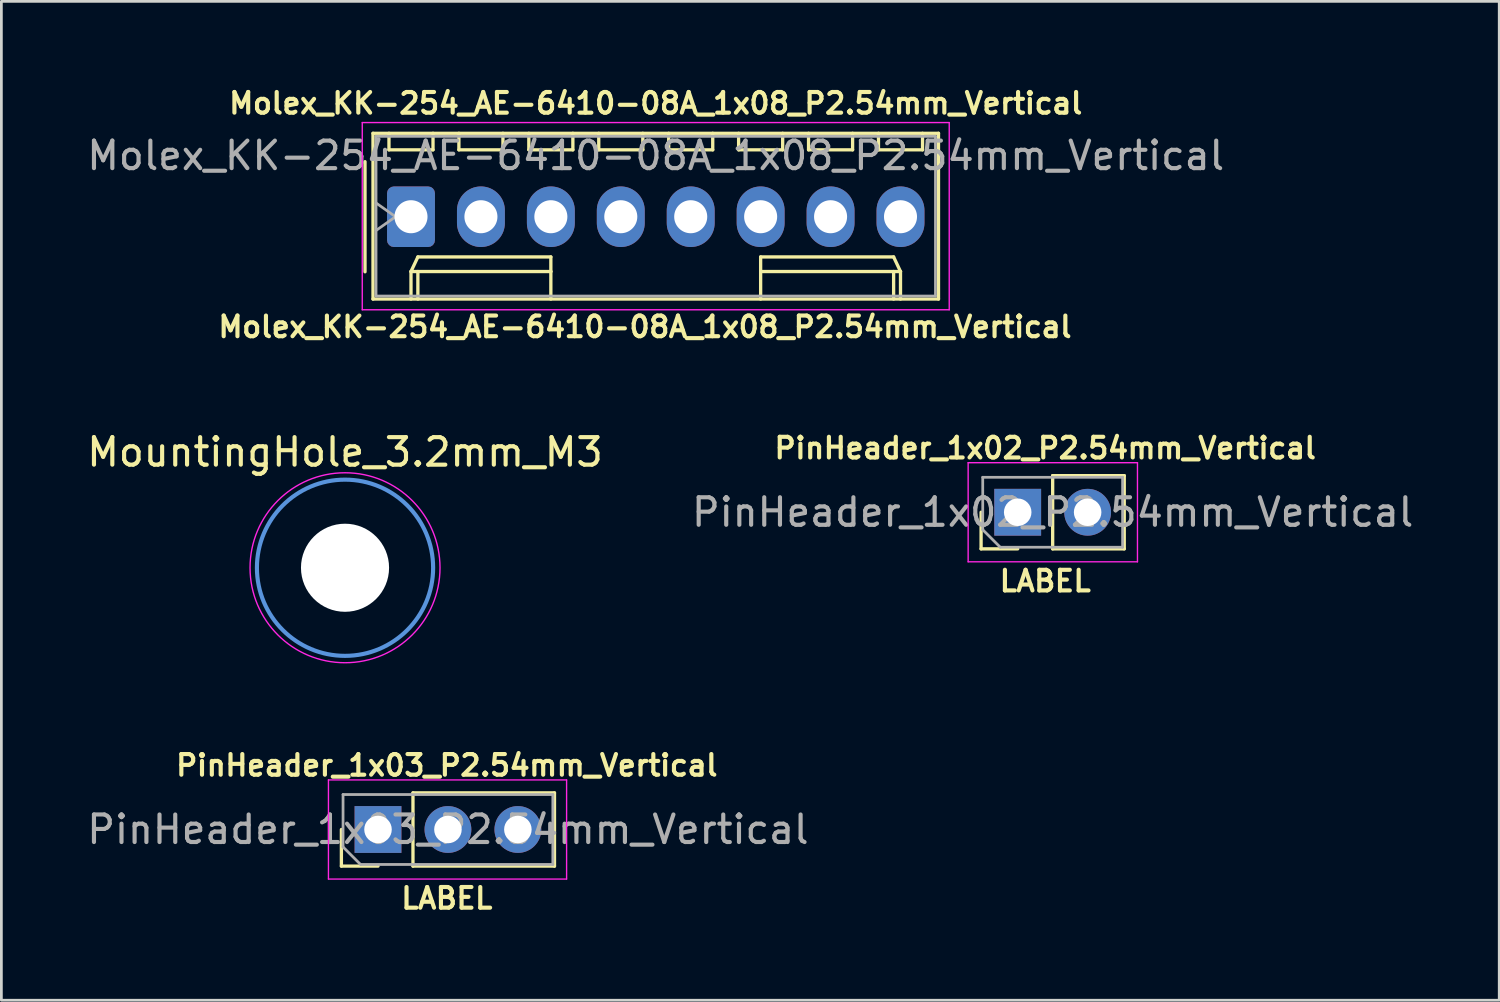
<source format=kicad_pcb>
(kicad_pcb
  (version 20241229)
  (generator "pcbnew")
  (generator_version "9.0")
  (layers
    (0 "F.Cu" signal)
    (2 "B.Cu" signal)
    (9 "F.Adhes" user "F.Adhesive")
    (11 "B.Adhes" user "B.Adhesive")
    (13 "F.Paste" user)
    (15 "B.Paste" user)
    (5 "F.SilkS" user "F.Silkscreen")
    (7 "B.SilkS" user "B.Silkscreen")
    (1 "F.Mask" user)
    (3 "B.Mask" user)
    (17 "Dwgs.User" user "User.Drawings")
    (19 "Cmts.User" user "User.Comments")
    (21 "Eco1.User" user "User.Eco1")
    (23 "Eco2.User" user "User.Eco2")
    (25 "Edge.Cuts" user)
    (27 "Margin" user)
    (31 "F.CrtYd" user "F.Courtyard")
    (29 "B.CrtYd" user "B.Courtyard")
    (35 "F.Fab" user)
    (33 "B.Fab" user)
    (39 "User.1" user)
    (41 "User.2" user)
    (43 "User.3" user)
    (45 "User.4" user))
  (footprint "PinHeader_1x02_P2.54mm_Vertical"
    (layer "F.Cu")
    (at 34.915 15.556)
    (property "Reference" "PinHeader_1x02_P2.54mm_Vertical" (at 0 -2.33 0) (layer "F.SilkS") (effects (font (size 0.75 0.75) (thickness 0.15))))
    (attr through_hole)
    (fp_line (start -2.33 1.33) (end -2.33 0) (stroke (width 0.12) (type solid)) (layer "F.SilkS"))
    (fp_line (start -1 1.33) (end -2.33 1.33) (stroke (width 0.12) (type solid)) (layer "F.SilkS"))
    (fp_line (start 0.27 -1.33) (end 2.87 -1.33) (stroke (width 0.12) (type solid)) (layer "F.SilkS"))
    (fp_line (start 0.27 1.33) (end 0.27 -1.33) (stroke (width 0.12) (type solid)) (layer "F.SilkS"))
    (fp_line (start 0.27 1.33) (end 2.87 1.33) (stroke (width 0.12) (type solid)) (layer "F.SilkS"))
    (fp_line (start 2.87 1.33) (end 2.87 -1.33) (stroke (width 0.12) (type solid)) (layer "F.SilkS"))
    (fp_line (start -2.8 -1.8) (end -2.8 1.8) (stroke (width 0.05) (type solid)) (layer "F.CrtYd"))
    (fp_line (start -2.8 1.8) (end 3.35 1.8) (stroke (width 0.05) (type solid)) (layer "F.CrtYd"))
    (fp_line (start 3.35 -1.8) (end -2.8 -1.8) (stroke (width 0.05) (type solid)) (layer "F.CrtYd"))
    (fp_line (start 3.35 1.8) (end 3.35 -1.8) (stroke (width 0.05) (type solid)) (layer "F.CrtYd"))
    (fp_line (start -2.27 -1.27) (end 2.81 -1.27) (stroke (width 0.1) (type solid)) (layer "F.Fab"))
    (fp_line (start -2.27 0.635) (end -2.27 -1.27) (stroke (width 0.1) (type solid)) (layer "F.Fab"))
    (fp_line (start -1.635 1.27) (end -2.27 0.635) (stroke (width 0.1) (type solid)) (layer "F.Fab"))
    (fp_line (start 2.81 -1.27) (end 2.81 1.27) (stroke (width 0.1) (type solid)) (layer "F.Fab"))
    (fp_line (start 2.81 1.27) (end -1.635 1.27) (stroke (width 0.1) (type solid)) (layer "F.Fab"))
    (fp_text user "LABEL" (at 0 2.5 0) (layer "F.SilkS") (effects (font (size 0.75 0.75) (thickness 0.15))))
    (fp_text user "${REFERENCE}" (at 0.27 0 180) (layer "F.Fab") (effects (font (size 1 1) (thickness 0.15))))
    (pad "1" thru_hole rect (at -1 0 90) (size 1.7 1.7) (drill 1) (layers "*.Cu" "*.Mask"))
    (pad "2" thru_hole oval (at 1.54 0 90) (size 1.7 1.7) (drill 1) (layers "*.Cu" "*.Mask")))
  (footprint "Molex_KK-254_AE-6410-08A_1x08_P2.54mm_Vertical"
    (layer "F.Cu")
    (at 11.878 4.822)
    (property "Reference" "Molex_KK-254_AE-6410-08A_1x08_P2.54mm_Vertical" (at 8.89 -4.12 0) (layer "F.SilkS") (effects (font (size 0.75 0.75) (thickness 0.15))))
    (property "Value" "Molex_KK-254_AE-6410-08A_1x08_P2.54mm_Vertical" (at 8.89 4.08 0) (layer "F.Fab") (hide yes) (effects (font (size 1 1) (thickness 0.15))))
    (attr through_hole)
    (fp_line (start -1.67 -2) (end -1.67 2) (stroke (width 0.12) (type solid)) (layer "F.SilkS"))
    (fp_line (start -1.38 -3.03) (end -1.38 2.99) (stroke (width 0.12) (type solid)) (layer "F.SilkS"))
    (fp_line (start -1.38 2.99) (end 19.16 2.99) (stroke (width 0.12) (type solid)) (layer "F.SilkS"))
    (fp_line (start -0.8 -3.03) (end -0.8 -2.43) (stroke (width 0.12) (type solid)) (layer "F.SilkS"))
    (fp_line (start -0.8 -2.43) (end 0.8 -2.43) (stroke (width 0.12) (type solid)) (layer "F.SilkS"))
    (fp_line (start 0 1.99) (end 0.25 1.46) (stroke (width 0.12) (type solid)) (layer "F.SilkS"))
    (fp_line (start 0 1.99) (end 5.08 1.99) (stroke (width 0.12) (type solid)) (layer "F.SilkS"))
    (fp_line (start 0 2.99) (end 0 1.99) (stroke (width 0.12) (type solid)) (layer "F.SilkS"))
    (fp_line (start 0.25 1.46) (end 5.08 1.46) (stroke (width 0.12) (type solid)) (layer "F.SilkS"))
    (fp_line (start 0.25 2.99) (end 0.25 1.99) (stroke (width 0.12) (type solid)) (layer "F.SilkS"))
    (fp_line (start 0.8 -2.43) (end 0.8 -3.03) (stroke (width 0.12) (type solid)) (layer "F.SilkS"))
    (fp_line (start 1.74 -3.03) (end 1.74 -2.43) (stroke (width 0.12) (type solid)) (layer "F.SilkS"))
    (fp_line (start 1.74 -2.43) (end 3.34 -2.43) (stroke (width 0.12) (type solid)) (layer "F.SilkS"))
    (fp_line (start 3.34 -2.43) (end 3.34 -3.03) (stroke (width 0.12) (type solid)) (layer "F.SilkS"))
    (fp_line (start 4.28 -3.03) (end 4.28 -2.43) (stroke (width 0.12) (type solid)) (layer "F.SilkS"))
    (fp_line (start 4.28 -2.43) (end 5.88 -2.43) (stroke (width 0.12) (type solid)) (layer "F.SilkS"))
    (fp_line (start 5.08 1.46) (end 5.08 1.99) (stroke (width 0.12) (type solid)) (layer "F.SilkS"))
    (fp_line (start 5.08 1.99) (end 5.08 2.99) (stroke (width 0.12) (type solid)) (layer "F.SilkS"))
    (fp_line (start 5.88 -2.43) (end 5.88 -3.03) (stroke (width 0.12) (type solid)) (layer "F.SilkS"))
    (fp_line (start 6.82 -3.03) (end 6.82 -2.43) (stroke (width 0.12) (type solid)) (layer "F.SilkS"))
    (fp_line (start 6.82 -2.43) (end 8.42 -2.43) (stroke (width 0.12) (type solid)) (layer "F.SilkS"))
    (fp_line (start 8.42 -2.43) (end 8.42 -3.03) (stroke (width 0.12) (type solid)) (layer "F.SilkS"))
    (fp_line (start 9.36 -3.03) (end 9.36 -2.43) (stroke (width 0.12) (type solid)) (layer "F.SilkS"))
    (fp_line (start 9.36 -2.43) (end 10.96 -2.43) (stroke (width 0.12) (type solid)) (layer "F.SilkS"))
    (fp_line (start 10.96 -2.43) (end 10.96 -3.03) (stroke (width 0.12) (type solid)) (layer "F.SilkS"))
    (fp_line (start 11.9 -3.03) (end 11.9 -2.43) (stroke (width 0.12) (type solid)) (layer "F.SilkS"))
    (fp_line (start 11.9 -2.43) (end 13.5 -2.43) (stroke (width 0.12) (type solid)) (layer "F.SilkS"))
    (fp_line (start 12.7 1.46) (end 12.7 1.99) (stroke (width 0.12) (type solid)) (layer "F.SilkS"))
    (fp_line (start 12.7 1.99) (end 12.7 2.99) (stroke (width 0.12) (type solid)) (layer "F.SilkS"))
    (fp_line (start 13.5 -2.43) (end 13.5 -3.03) (stroke (width 0.12) (type solid)) (layer "F.SilkS"))
    (fp_line (start 14.44 -3.03) (end 14.44 -2.43) (stroke (width 0.12) (type solid)) (layer "F.SilkS"))
    (fp_line (start 14.44 -2.43) (end 16.04 -2.43) (stroke (width 0.12) (type solid)) (layer "F.SilkS"))
    (fp_line (start 16.04 -2.43) (end 16.04 -3.03) (stroke (width 0.12) (type solid)) (layer "F.SilkS"))
    (fp_line (start 16.98 -3.03) (end 16.98 -2.43) (stroke (width 0.12) (type solid)) (layer "F.SilkS"))
    (fp_line (start 16.98 -2.43) (end 18.58 -2.43) (stroke (width 0.12) (type solid)) (layer "F.SilkS"))
    (fp_line (start 17.53 1.46) (end 12.7 1.46) (stroke (width 0.12) (type solid)) (layer "F.SilkS"))
    (fp_line (start 17.53 2.99) (end 17.53 1.99) (stroke (width 0.12) (type solid)) (layer "F.SilkS"))
    (fp_line (start 17.78 1.99) (end 12.7 1.99) (stroke (width 0.12) (type solid)) (layer "F.SilkS"))
    (fp_line (start 17.78 1.99) (end 17.53 1.46) (stroke (width 0.12) (type solid)) (layer "F.SilkS"))
    (fp_line (start 17.78 2.99) (end 17.78 1.99) (stroke (width 0.12) (type solid)) (layer "F.SilkS"))
    (fp_line (start 18.58 -2.43) (end 18.58 -3.03) (stroke (width 0.12) (type solid)) (layer "F.SilkS"))
    (fp_line (start 19.16 -3.03) (end -1.38 -3.03) (stroke (width 0.12) (type solid)) (layer "F.SilkS"))
    (fp_line (start 19.16 2.99) (end 19.16 -3.03) (stroke (width 0.12) (type solid)) (layer "F.SilkS"))
    (fp_line (start -1.77 -3.42) (end -1.77 3.38) (stroke (width 0.05) (type solid)) (layer "F.CrtYd"))
    (fp_line (start -1.77 3.38) (end 19.55 3.38) (stroke (width 0.05) (type solid)) (layer "F.CrtYd"))
    (fp_line (start 19.55 -3.42) (end -1.77 -3.42) (stroke (width 0.05) (type solid)) (layer "F.CrtYd"))
    (fp_line (start 19.55 3.38) (end 19.55 -3.42) (stroke (width 0.05) (type solid)) (layer "F.CrtYd"))
    (fp_line (start -1.27 -2.92) (end -1.27 2.88) (stroke (width 0.1) (type solid)) (layer "F.Fab"))
    (fp_line (start -1.27 -0.5) (end -0.563 0) (stroke (width 0.1) (type solid)) (layer "F.Fab"))
    (fp_line (start -1.27 2.88) (end 19.05 2.88) (stroke (width 0.1) (type solid)) (layer "F.Fab"))
    (fp_line (start -0.563 0) (end -1.27 0.5) (stroke (width 0.1) (type solid)) (layer "F.Fab"))
    (fp_line (start 19.05 -2.92) (end -1.27 -2.92) (stroke (width 0.1) (type solid)) (layer "F.Fab"))
    (fp_line (start 19.05 2.88) (end 19.05 -2.92) (stroke (width 0.1) (type solid)) (layer "F.Fab"))
    (fp_text user "${VALUE}" (at 8.5 4 0) (layer "F.SilkS") (effects (font (size 0.75 0.75) (thickness 0.15))))
    (fp_text user "${REFERENCE}" (at 8.89 -2.22 0) (layer "F.Fab") (effects (font (size 1 1) (thickness 0.15))))
    (pad "1" thru_hole roundrect (at 0 0) (size 1.74 2.2) (drill 1.2) (layers "*.Cu" "*.Mask") (roundrect_rratio 0.144))
    (pad "2" thru_hole oval (at 2.54 0) (size 1.74 2.2) (drill 1.2) (layers "*.Cu" "*.Mask"))
    (pad "3" thru_hole oval (at 5.08 0) (size 1.74 2.2) (drill 1.2) (layers "*.Cu" "*.Mask"))
    (pad "4" thru_hole oval (at 7.62 0) (size 1.74 2.2) (drill 1.2) (layers "*.Cu" "*.Mask"))
    (pad "5" thru_hole oval (at 10.16 0) (size 1.74 2.2) (drill 1.2) (layers "*.Cu" "*.Mask"))
    (pad "6" thru_hole oval (at 12.7 0) (size 1.74 2.2) (drill 1.2) (layers "*.Cu" "*.Mask"))
    (pad "7" thru_hole oval (at 15.24 0) (size 1.74 2.2) (drill 1.2) (layers "*.Cu" "*.Mask"))
    (pad "8" thru_hole oval (at 17.78 0) (size 1.74 2.2) (drill 1.2) (layers "*.Cu" "*.Mask")))
  (footprint "PinHeader_1x03_P2.54mm_Vertical"
    (layer "F.Cu")
    (at 13.18 27.079)
    (property "Reference" "PinHeader_1x03_P2.54mm_Vertical" (at 0 -2.33 0) (layer "F.SilkS") (effects (font (size 0.75 0.75) (thickness 0.15))))
    (attr through_hole)
    (fp_line (start -3.83 1.33) (end -3.83 0) (stroke (width 0.12) (type solid)) (layer "F.SilkS"))
    (fp_line (start -2.5 1.33) (end -3.83 1.33) (stroke (width 0.12) (type solid)) (layer "F.SilkS"))
    (fp_line (start -1.23 -1.33) (end 3.91 -1.33) (stroke (width 0.12) (type solid)) (layer "F.SilkS"))
    (fp_line (start -1.23 1.33) (end -1.23 -1.33) (stroke (width 0.12) (type solid)) (layer "F.SilkS"))
    (fp_line (start -1.23 1.33) (end 3.91 1.33) (stroke (width 0.12) (type solid)) (layer "F.SilkS"))
    (fp_line (start 3.91 1.33) (end 3.91 -1.33) (stroke (width 0.12) (type solid)) (layer "F.SilkS"))
    (fp_line (start -4.3 -1.8) (end -4.3 1.8) (stroke (width 0.05) (type solid)) (layer "F.CrtYd"))
    (fp_line (start -4.3 1.8) (end 4.35 1.8) (stroke (width 0.05) (type solid)) (layer "F.CrtYd"))
    (fp_line (start 4.35 -1.8) (end -4.3 -1.8) (stroke (width 0.05) (type solid)) (layer "F.CrtYd"))
    (fp_line (start 4.35 1.8) (end 4.35 -1.8) (stroke (width 0.05) (type solid)) (layer "F.CrtYd"))
    (fp_line (start -3.77 -1.27) (end 3.85 -1.27) (stroke (width 0.1) (type solid)) (layer "F.Fab"))
    (fp_line (start -3.77 0.635) (end -3.77 -1.27) (stroke (width 0.1) (type solid)) (layer "F.Fab"))
    (fp_line (start -3.135 1.27) (end -3.77 0.635) (stroke (width 0.1) (type solid)) (layer "F.Fab"))
    (fp_line (start 3.85 -1.27) (end 3.85 1.27) (stroke (width 0.1) (type solid)) (layer "F.Fab"))
    (fp_line (start 3.85 1.27) (end -3.135 1.27) (stroke (width 0.1) (type solid)) (layer "F.Fab"))
    (fp_text user "LABEL" (at 0 2.5 0) (layer "F.SilkS") (effects (font (size 0.75 0.75) (thickness 0.15))))
    (fp_text user "${REFERENCE}" (at 0.04 0 180) (layer "F.Fab") (effects (font (size 1 1) (thickness 0.15))))
    (pad "1" thru_hole rect (at -2.5 0 90) (size 1.7 1.7) (drill 1) (layers "*.Cu" "*.Mask"))
    (pad "2" thru_hole oval (at 0.04 0 90) (size 1.7 1.7) (drill 1) (layers "*.Cu" "*.Mask"))
    (pad "3" thru_hole oval (at 2.58 0 90) (size 1.7 1.7) (drill 1) (layers "*.Cu" "*.Mask")))
  (footprint "MountingHole_3.2mm_M3"
    (layer "F.Cu")
    (at 9.482 17.572)
    (property "Reference" "MountingHole_3.2mm_M3" (at 0 -4.2 0) (layer "F.SilkS") (effects (font (size 1 1) (thickness 0.15))))
    (attr exclude_from_pos_files exclude_from_bom)
    (fp_circle (center 0 0) (end 3.2 0) (stroke (width 0.15) (type solid)) (fill no) (layer "Cmts.User"))
    (fp_circle (center 0 0) (end 3.45 0) (stroke (width 0.05) (type solid)) (fill no) (layer "F.CrtYd"))
    (pad "" np_thru_hole circle (at 0 0) (size 3.2 3.2) (drill 3.2) (layers "*.Cu" "*.Mask")))
  (gr_rect
    (start -3 -3)
    (end 51.405 33.281)
    (stroke (width 0.1) (type default))
    (fill no)
    (layer "Edge.Cuts")))
</source>
